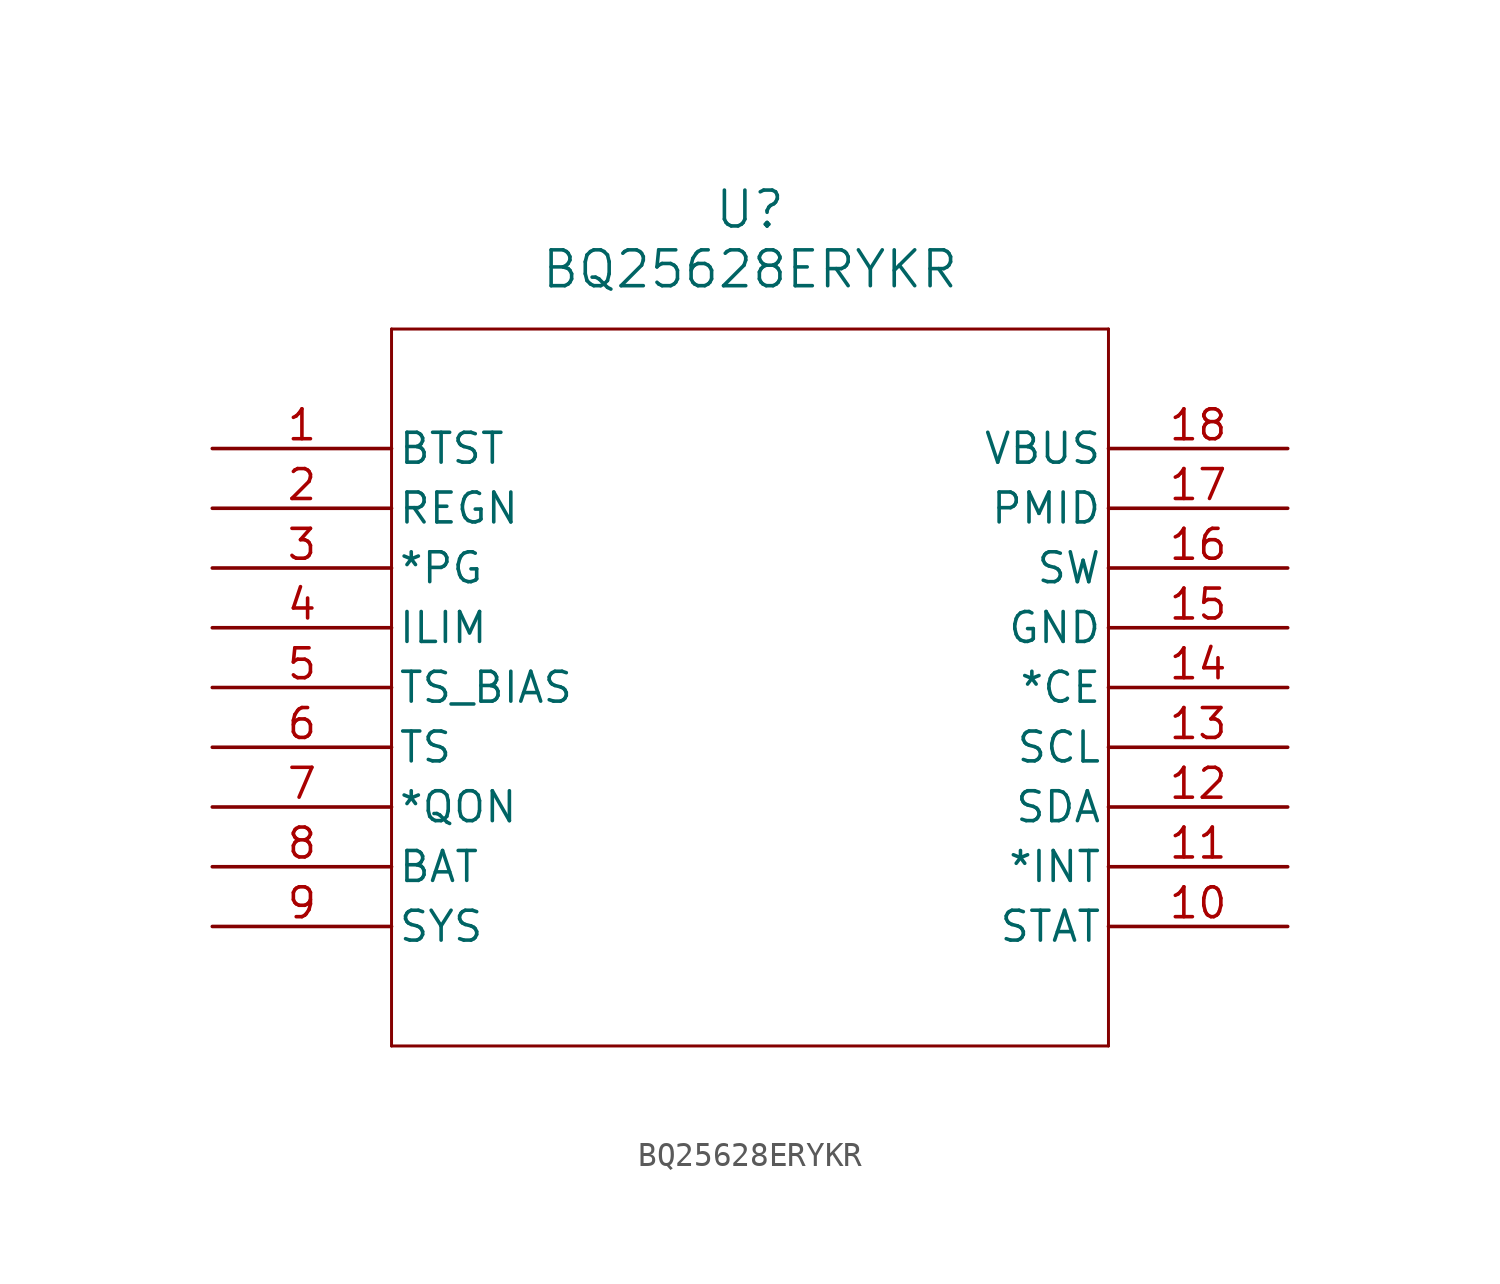
<source format=kicad_sym>
(kicad_symbol_lib
  (version 20211014)
  (generator kicad_symbol_editor)
  (symbol "BQ25628ERYKR"
    (pin_names
      (offset 0.254))
    (property "Reference" "U"
      (at 22.86 10.16 0)
      (effects (font (size 1.524 1.524))))
    (property "Value" "BQ25628ERYKR"
      (at 22.86 7.62 0)
      (effects (font (size 1.524 1.524))))
    (symbol "BQ25628ERYKR_0_1"
      (polyline (pts (xy 7.62 5.08) (xy 7.62 -25.4)) (stroke (width 0.127) (type default) (color 0 0 0 0)) (fill (type none)))
      (polyline (pts (xy 7.62 -25.4) (xy 38.1 -25.4)) (stroke (width 0.127) (type default) (color 0 0 0 0)) (fill (type none)))
      (polyline (pts (xy 38.1 -25.4) (xy 38.1 5.08)) (stroke (width 0.127) (type default) (color 0 0 0 0)) (fill (type none)))
      (polyline (pts (xy 38.1 5.08) (xy 7.62 5.08)) (stroke (width 0.127) (type default) (color 0 0 0 0)) (fill (type none)))
      (pin power_in line (at 0 0 0) (length 7.62) (name "BTST" (effects (font (size 1.27 1.27)))) (number "1" (effects (font (size 1.27 1.27)))))
      (pin power_in line (at 0 -2.54 0) (length 7.62) (name "REGN" (effects (font (size 1.27 1.27)))) (number "2" (effects (font (size 1.27 1.27)))))
      (pin unspecified line (at 0 -5.08 0) (length 7.62) (name "*PG" (effects (font (size 1.27 1.27)))) (number "3" (effects (font (size 1.27 1.27)))))
      (pin bidirectional line (at 0 -7.62 0) (length 7.62) (name "ILIM" (effects (font (size 1.27 1.27)))) (number "4" (effects (font (size 1.27 1.27)))))
      (pin unspecified line (at 0 -10.16 0) (length 7.62) (name "TS_BIAS" (effects (font (size 1.27 1.27)))) (number "5" (effects (font (size 1.27 1.27)))))
      (pin input line (at 0 -12.7 0) (length 7.62) (name "TS" (effects (font (size 1.27 1.27)))) (number "6" (effects (font (size 1.27 1.27)))))
      (pin input line (at 0 -15.24 0) (length 7.62) (name "*QON" (effects (font (size 1.27 1.27)))) (number "7" (effects (font (size 1.27 1.27)))))
      (pin power_in line (at 0 -17.78 0) (length 7.62) (name "BAT" (effects (font (size 1.27 1.27)))) (number "8" (effects (font (size 1.27 1.27)))))
      (pin power_in line (at 0 -20.32 0) (length 7.62) (name "SYS" (effects (font (size 1.27 1.27)))) (number "9" (effects (font (size 1.27 1.27)))))
      (pin output line (at 45.72 -20.32 180) (length 7.62) (name "STAT" (effects (font (size 1.27 1.27)))) (number "10" (effects (font (size 1.27 1.27)))))
      (pin output line (at 45.72 -17.78 180) (length 7.62) (name "*INT" (effects (font (size 1.27 1.27)))) (number "11" (effects (font (size 1.27 1.27)))))
      (pin bidirectional line (at 45.72 -15.24 180) (length 7.62) (name "SDA" (effects (font (size 1.27 1.27)))) (number "12" (effects (font (size 1.27 1.27)))))
      (pin input line (at 45.72 -12.7 180) (length 7.62) (name "SCL" (effects (font (size 1.27 1.27)))) (number "13" (effects (font (size 1.27 1.27)))))
      (pin input line (at 45.72 -10.16 180) (length 7.62) (name "*CE" (effects (font (size 1.27 1.27)))) (number "14" (effects (font (size 1.27 1.27)))))
      (pin power_out line (at 45.72 -7.62 180) (length 7.62) (name "GND" (effects (font (size 1.27 1.27)))) (number "15" (effects (font (size 1.27 1.27)))))
      (pin power_in line (at 45.72 -5.08 180) (length 7.62) (name "SW" (effects (font (size 1.27 1.27)))) (number "16" (effects (font (size 1.27 1.27)))))
      (pin power_in line (at 45.72 -2.54 180) (length 7.62) (name "PMID" (effects (font (size 1.27 1.27)))) (number "17" (effects (font (size 1.27 1.27)))))
      (pin power_in line (at 45.72 0 180) (length 7.62) (name "VBUS" (effects (font (size 1.27 1.27)))) (number "18" (effects (font (size 1.27 1.27))))))))
</source>
